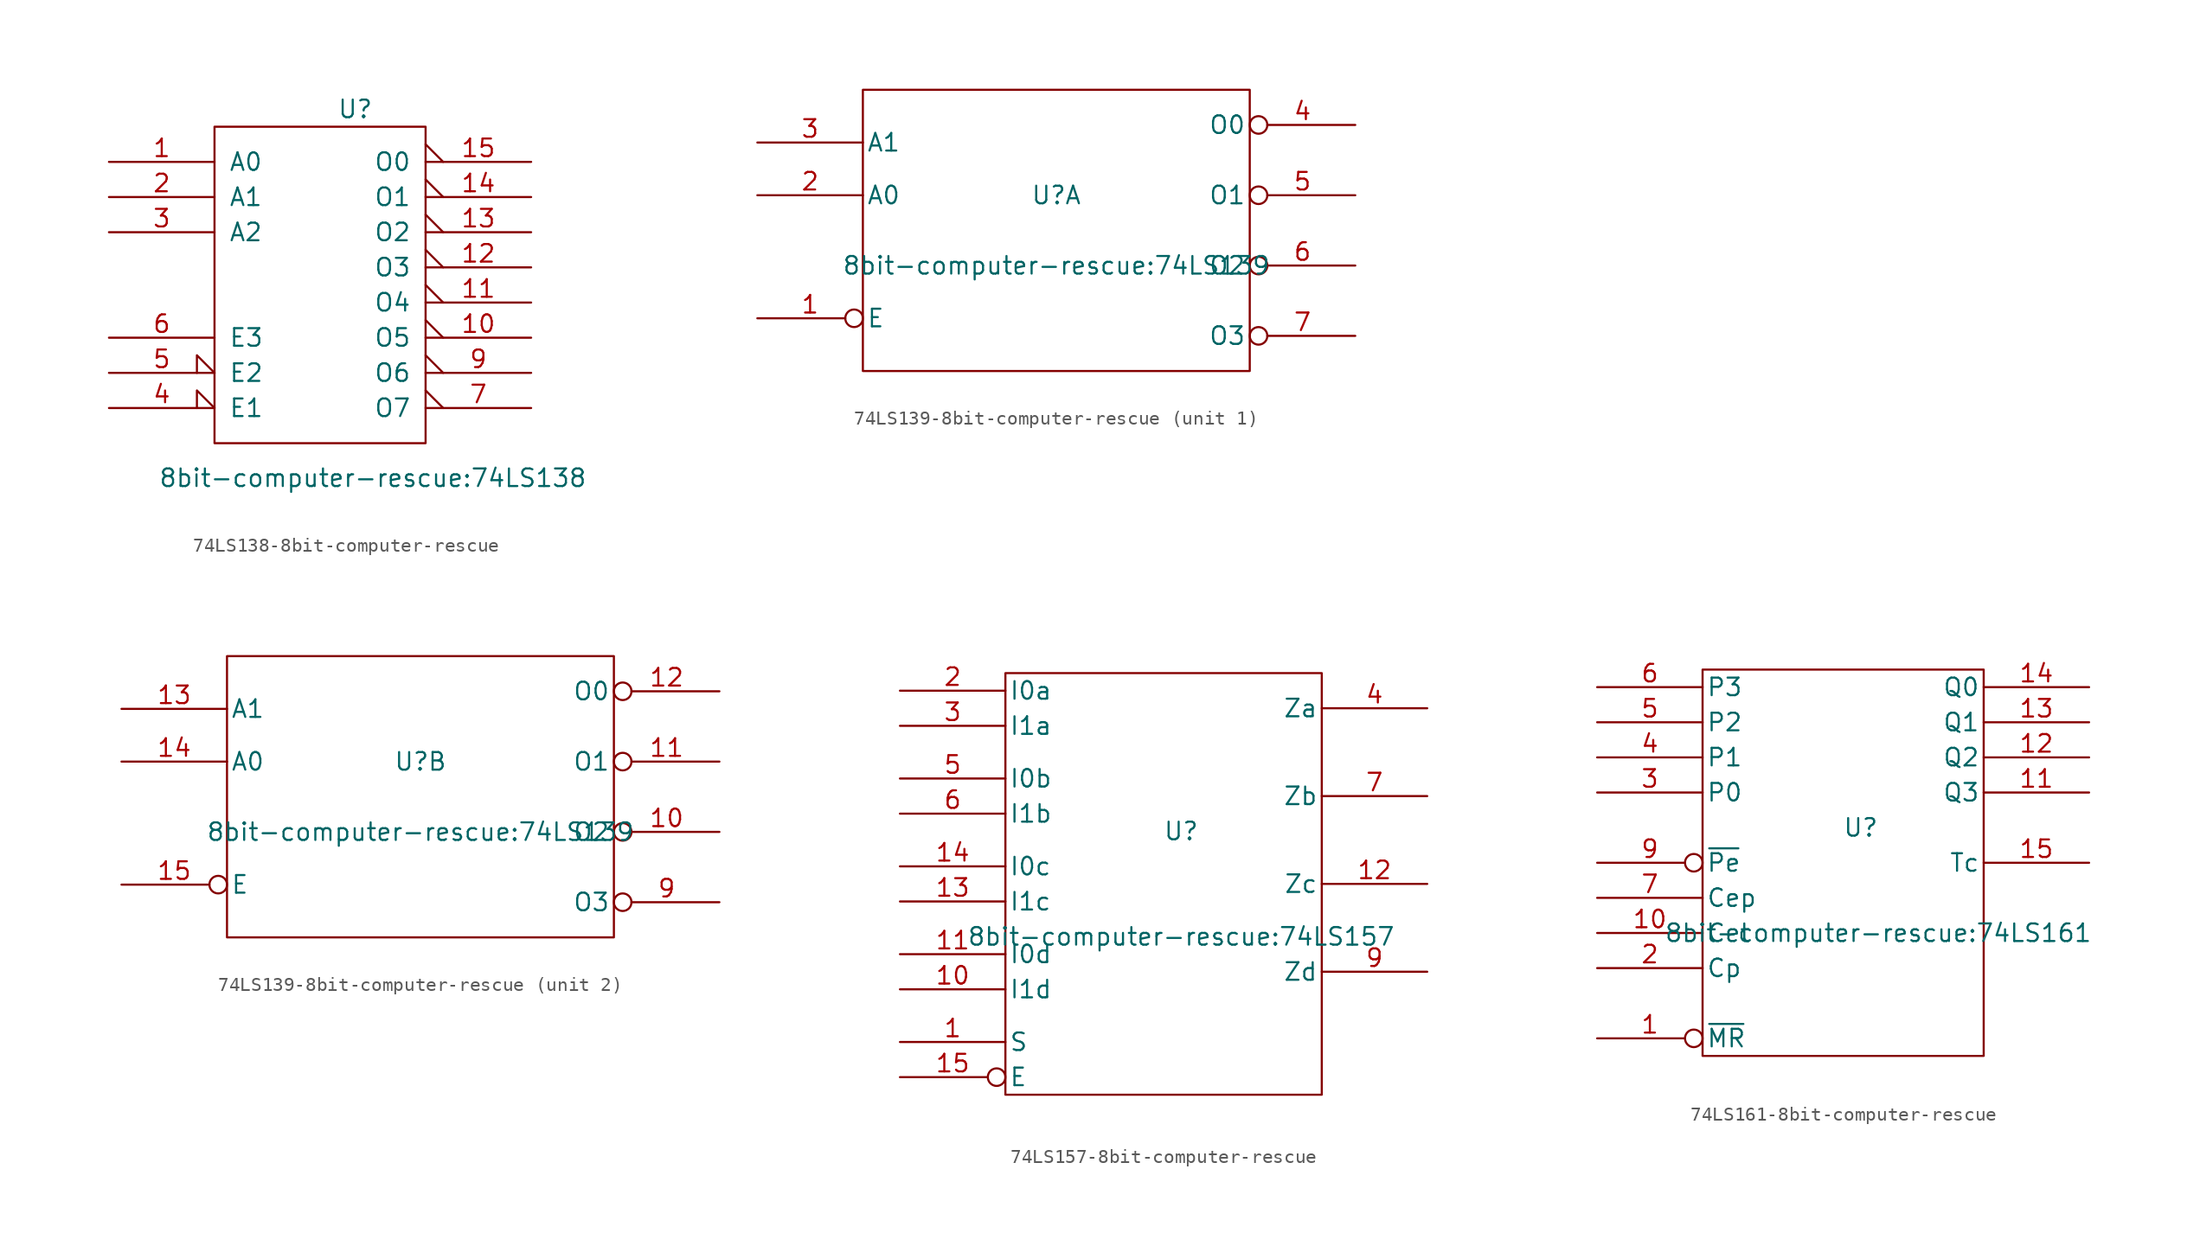
<source format=kicad_sym>
(kicad_symbol_lib
  (version 20231120)
  (generator "kicad_symbol_editor")
  (generator_version "8.0")
  (symbol "74LS138-8bit-computer-rescue"
    (pin_names
      (offset 1.016))
    (property "Reference" "U"
      (at 2.54 12.7 0)
      (effects (font (size 1.27 1.27))))
    (property "Value" "8bit-computer-rescue:74LS138"
      (at 3.81 -13.945 0)
      (effects (font (size 1.27 1.27))))
    (symbol "74LS138-8bit-computer-rescue_0_1"
      (rectangle (start -7.62 11.43) (end 7.62 -11.43) (stroke (width 0) (type solid)) (fill (type none))))
    (symbol "74LS138-8bit-computer-rescue_1_1"
      (pin input line (at -15.24 8.89 0) (length 7.62) (name "A0" (effects (font (size 1.27 1.27)))) (number "1" (effects (font (size 1.27 1.27)))))
      (pin output output_low (at 15.24 -3.81 180) (length 7.62) (name "O5" (effects (font (size 1.27 1.27)))) (number "10" (effects (font (size 1.27 1.27)))))
      (pin output output_low (at 15.24 -1.27 180) (length 7.62) (name "O4" (effects (font (size 1.27 1.27)))) (number "11" (effects (font (size 1.27 1.27)))))
      (pin output output_low (at 15.24 1.27 180) (length 7.62) (name "O3" (effects (font (size 1.27 1.27)))) (number "12" (effects (font (size 1.27 1.27)))))
      (pin output output_low (at 15.24 3.81 180) (length 7.62) (name "O2" (effects (font (size 1.27 1.27)))) (number "13" (effects (font (size 1.27 1.27)))))
      (pin output output_low (at 15.24 6.35 180) (length 7.62) (name "O1" (effects (font (size 1.27 1.27)))) (number "14" (effects (font (size 1.27 1.27)))))
      (pin output output_low (at 15.24 8.89 180) (length 7.62) (name "O0" (effects (font (size 1.27 1.27)))) (number "15" (effects (font (size 1.27 1.27)))))
      (pin power_in line (at 0 11.43 270) (length 0) hide (name "VCC" (effects (font (size 1.27 1.27)))) (number "16" (effects (font (size 1.27 1.27)))))
      (pin input line (at -15.24 6.35 0) (length 7.62) (name "A1" (effects (font (size 1.27 1.27)))) (number "2" (effects (font (size 1.27 1.27)))))
      (pin input line (at -15.24 3.81 0) (length 7.62) (name "A2" (effects (font (size 1.27 1.27)))) (number "3" (effects (font (size 1.27 1.27)))))
      (pin input input_low (at -15.24 -8.89 0) (length 7.62) (name "E1" (effects (font (size 1.27 1.27)))) (number "4" (effects (font (size 1.27 1.27)))))
      (pin input input_low (at -15.24 -6.35 0) (length 7.62) (name "E2" (effects (font (size 1.27 1.27)))) (number "5" (effects (font (size 1.27 1.27)))))
      (pin input line (at -15.24 -3.81 0) (length 7.62) (name "E3" (effects (font (size 1.27 1.27)))) (number "6" (effects (font (size 1.27 1.27)))))
      (pin output output_low (at 15.24 -8.89 180) (length 7.62) (name "O7" (effects (font (size 1.27 1.27)))) (number "7" (effects (font (size 1.27 1.27)))))
      (pin power_in line (at 0 -11.43 90) (length 0) hide (name "GND" (effects (font (size 1.27 1.27)))) (number "8" (effects (font (size 1.27 1.27)))))
      (pin output output_low (at 15.24 -6.35 180) (length 7.62) (name "O6" (effects (font (size 1.27 1.27)))) (number "9" (effects (font (size 1.27 1.27)))))))
  (symbol "74LS139-8bit-computer-rescue"
    (pin_names
      (offset 0.254))
    (property "Reference" "U"
      (at 0 2.54 0)
      (effects (font (size 1.27 1.27))))
    (property "Value" "8bit-computer-rescue:74LS139"
      (at 0 -2.54 0)
      (effects (font (size 1.27 1.27))))
    (symbol "74LS139-8bit-computer-rescue_0_0"
      (rectangle (start -13.97 -10.16) (end 13.97 10.16) (stroke (width 0) (type solid)) (fill (type none)))
      (pin power_in line (at -11.43 10.16 90) (length 0) hide (name "VCC" (effects (font (size 0.762 0.762)))) (number "16" (effects (font (size 0.762 0.762)))))
      (pin power_in line (at -11.43 -10.16 90) (length 0) hide (name "GND" (effects (font (size 0.762 0.762)))) (number "8" (effects (font (size 0.762 0.762))))))
    (symbol "74LS139-8bit-computer-rescue_1_1"
      (pin input inverted (at -21.59 -6.35 0) (length 7.62) (name "E" (effects (font (size 1.27 1.27)))) (number "1" (effects (font (size 1.27 1.27)))))
      (pin input line (at -21.59 2.54 0) (length 7.62) (name "A0" (effects (font (size 1.27 1.27)))) (number "2" (effects (font (size 1.27 1.27)))))
      (pin input line (at -21.59 6.35 0) (length 7.62) (name "A1" (effects (font (size 1.27 1.27)))) (number "3" (effects (font (size 1.27 1.27)))))
      (pin output inverted (at 21.59 7.62 180) (length 7.62) (name "O0" (effects (font (size 1.27 1.27)))) (number "4" (effects (font (size 1.27 1.27)))))
      (pin output inverted (at 21.59 2.54 180) (length 7.62) (name "O1" (effects (font (size 1.27 1.27)))) (number "5" (effects (font (size 1.27 1.27)))))
      (pin output inverted (at 21.59 -2.54 180) (length 7.62) (name "O2" (effects (font (size 1.27 1.27)))) (number "6" (effects (font (size 1.27 1.27)))))
      (pin output inverted (at 21.59 -7.62 180) (length 7.62) (name "O3" (effects (font (size 1.27 1.27)))) (number "7" (effects (font (size 1.27 1.27))))))
    (symbol "74LS139-8bit-computer-rescue_2_1"
      (pin output inverted (at 21.59 -2.54 180) (length 7.62) (name "O2" (effects (font (size 1.27 1.27)))) (number "10" (effects (font (size 1.27 1.27)))))
      (pin output inverted (at 21.59 2.54 180) (length 7.62) (name "O1" (effects (font (size 1.27 1.27)))) (number "11" (effects (font (size 1.27 1.27)))))
      (pin output inverted (at 21.59 7.62 180) (length 7.62) (name "O0" (effects (font (size 1.27 1.27)))) (number "12" (effects (font (size 1.27 1.27)))))
      (pin input line (at -21.59 6.35 0) (length 7.62) (name "A1" (effects (font (size 1.27 1.27)))) (number "13" (effects (font (size 1.27 1.27)))))
      (pin input line (at -21.59 2.54 0) (length 7.62) (name "A0" (effects (font (size 1.27 1.27)))) (number "14" (effects (font (size 1.27 1.27)))))
      (pin input inverted (at -21.59 -6.35 0) (length 7.62) (name "E" (effects (font (size 1.27 1.27)))) (number "15" (effects (font (size 1.27 1.27)))))
      (pin output inverted (at 21.59 -7.62 180) (length 7.62) (name "O3" (effects (font (size 1.27 1.27)))) (number "9" (effects (font (size 1.27 1.27)))))))
  (symbol "74LS157-8bit-computer-rescue"
    (pin_names
      (offset 0.254))
    (property "Reference" "U"
      (at 1.27 3.81 0)
      (effects (font (size 1.27 1.27))))
    (property "Value" "8bit-computer-rescue:74LS157"
      (at 1.27 -3.81 0)
      (effects (font (size 1.27 1.27))))
    (symbol "74LS157-8bit-computer-rescue_0_0"
      (pin power_in line (at -8.89 15.24 90) (length 0) hide (name "VCC" (effects (font (size 1.27 1.27)))) (number "16" (effects (font (size 1.27 1.27)))))
      (pin power_in line (at -8.89 -15.24 90) (length 0) hide (name "GND" (effects (font (size 1.27 1.27)))) (number "8" (effects (font (size 1.27 1.27))))))
    (symbol "74LS157-8bit-computer-rescue_0_1"
      (rectangle (start -11.43 15.24) (end 11.43 -15.24) (stroke (width 0) (type solid)) (fill (type none))))
    (symbol "74LS157-8bit-computer-rescue_1_1"
      (pin input line (at -19.05 -11.43 0) (length 7.62) (name "S" (effects (font (size 1.27 1.27)))) (number "1" (effects (font (size 1.27 1.27)))))
      (pin input line (at -19.05 -7.62 0) (length 7.62) (name "I1d" (effects (font (size 1.27 1.27)))) (number "10" (effects (font (size 1.27 1.27)))))
      (pin input line (at -19.05 -5.08 0) (length 7.62) (name "I0d" (effects (font (size 1.27 1.27)))) (number "11" (effects (font (size 1.27 1.27)))))
      (pin output line (at 19.05 0 180) (length 7.62) (name "Zc" (effects (font (size 1.27 1.27)))) (number "12" (effects (font (size 1.27 1.27)))))
      (pin input line (at -19.05 -1.27 0) (length 7.62) (name "I1c" (effects (font (size 1.27 1.27)))) (number "13" (effects (font (size 1.27 1.27)))))
      (pin input line (at -19.05 1.27 0) (length 7.62) (name "I0c" (effects (font (size 1.27 1.27)))) (number "14" (effects (font (size 1.27 1.27)))))
      (pin input inverted (at -19.05 -13.97 0) (length 7.62) (name "E" (effects (font (size 1.27 1.27)))) (number "15" (effects (font (size 1.27 1.27)))))
      (pin input line (at -19.05 13.97 0) (length 7.62) (name "I0a" (effects (font (size 1.27 1.27)))) (number "2" (effects (font (size 1.27 1.27)))))
      (pin input line (at -19.05 11.43 0) (length 7.62) (name "I1a" (effects (font (size 1.27 1.27)))) (number "3" (effects (font (size 1.27 1.27)))))
      (pin output line (at 19.05 12.7 180) (length 7.62) (name "Za" (effects (font (size 1.27 1.27)))) (number "4" (effects (font (size 1.27 1.27)))))
      (pin input line (at -19.05 7.62 0) (length 7.62) (name "I0b" (effects (font (size 1.27 1.27)))) (number "5" (effects (font (size 1.27 1.27)))))
      (pin input line (at -19.05 5.08 0) (length 7.62) (name "I1b" (effects (font (size 1.27 1.27)))) (number "6" (effects (font (size 1.27 1.27)))))
      (pin output line (at 19.05 6.35 180) (length 7.62) (name "Zb" (effects (font (size 1.27 1.27)))) (number "7" (effects (font (size 1.27 1.27)))))
      (pin output line (at 19.05 -6.35 180) (length 7.62) (name "Zd" (effects (font (size 1.27 1.27)))) (number "9" (effects (font (size 1.27 1.27)))))))
  (symbol "74LS161-8bit-computer-rescue"
    (pin_names
      (offset 0.254))
    (property "Reference" "U"
      (at 1.27 2.54 0)
      (effects (font (size 1.27 1.27))))
    (property "Value" "8bit-computer-rescue:74LS161"
      (at 2.54 -5.08 0)
      (effects (font (size 1.27 1.27))))
    (symbol "74LS161-8bit-computer-rescue_0_0"
      (pin power_in line (at -7.62 13.97 90) (length 0) hide (name "VCC" (effects (font (size 1.27 1.27)))) (number "16" (effects (font (size 1.27 1.27)))))
      (pin power_in line (at -7.62 -13.97 90) (length 0) hide (name "GND" (effects (font (size 1.27 1.27)))) (number "8" (effects (font (size 1.27 1.27))))))
    (symbol "74LS161-8bit-computer-rescue_0_1"
      (rectangle (start -10.16 13.97) (end 10.16 -13.97) (stroke (width 0) (type solid)) (fill (type none))))
    (symbol "74LS161-8bit-computer-rescue_1_1"
      (pin input inverted (at -17.78 -12.7 0) (length 7.62) (name "~{MR}" (effects (font (size 1.27 1.27)))) (number "1" (effects (font (size 1.27 1.27)))))
      (pin input line (at -17.78 -5.08 0) (length 7.62) (name "Cet" (effects (font (size 1.27 1.27)))) (number "10" (effects (font (size 1.27 1.27)))))
      (pin output line (at 17.78 5.08 180) (length 7.62) (name "Q3" (effects (font (size 1.27 1.27)))) (number "11" (effects (font (size 1.27 1.27)))))
      (pin output line (at 17.78 7.62 180) (length 7.62) (name "Q2" (effects (font (size 1.27 1.27)))) (number "12" (effects (font (size 1.27 1.27)))))
      (pin output line (at 17.78 10.16 180) (length 7.62) (name "Q1" (effects (font (size 1.27 1.27)))) (number "13" (effects (font (size 1.27 1.27)))))
      (pin output line (at 17.78 12.7 180) (length 7.62) (name "Q0" (effects (font (size 1.27 1.27)))) (number "14" (effects (font (size 1.27 1.27)))))
      (pin output line (at 17.78 0 180) (length 7.62) (name "Tc" (effects (font (size 1.27 1.27)))) (number "15" (effects (font (size 1.27 1.27)))))
      (pin input line (at -17.78 -7.62 0) (length 7.62) (name "Cp" (effects (font (size 1.27 1.27)))) (number "2" (effects (font (size 1.27 1.27)))))
      (pin input line (at -17.78 5.08 0) (length 7.62) (name "P0" (effects (font (size 1.27 1.27)))) (number "3" (effects (font (size 1.27 1.27)))))
      (pin input line (at -17.78 7.62 0) (length 7.62) (name "P1" (effects (font (size 1.27 1.27)))) (number "4" (effects (font (size 1.27 1.27)))))
      (pin input line (at -17.78 10.16 0) (length 7.62) (name "P2" (effects (font (size 1.27 1.27)))) (number "5" (effects (font (size 1.27 1.27)))))
      (pin input line (at -17.78 12.7 0) (length 7.62) (name "P3" (effects (font (size 1.27 1.27)))) (number "6" (effects (font (size 1.27 1.27)))))
      (pin input line (at -17.78 -2.54 0) (length 7.62) (name "Cep" (effects (font (size 1.27 1.27)))) (number "7" (effects (font (size 1.27 1.27)))))
      (pin input inverted (at -17.78 0 0) (length 7.62) (name "~{Pe}" (effects (font (size 1.27 1.27)))) (number "9" (effects (font (size 1.27 1.27))))))))
</source>
